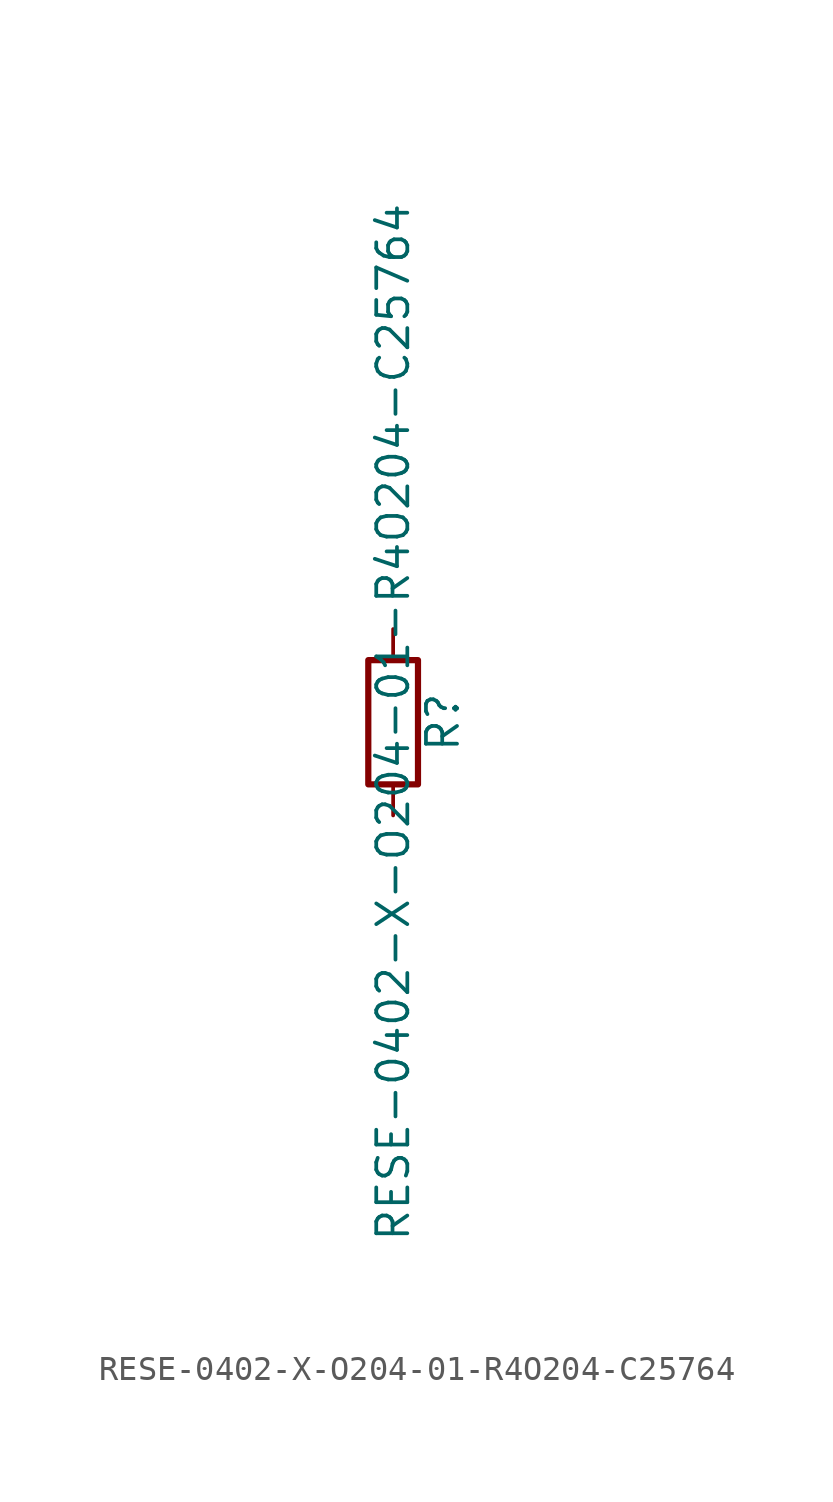
<source format=kicad_sym>
(kicad_symbol_lib
  (version 20211014)
  (generator kicad_symbol_editor)
  (symbol "RESE-0402-X-O204-01-R4O204-C25764"
    (pin_numbers hide)
    (pin_names
      (offset 0))
    (property "Reference" "R"
      (at 2.032 0 90)
      (effects (font (size 1.27 1.27))))
    (property "Value" "RESE-0402-X-O204-01-R4O204-C25764"
      (at 0 0 90)
      (effects (font (size 1.27 1.27))))
    (symbol "RESE-0402-X-O204-01-R4O204-C25764_0_1"
      (rectangle (start -1.016 -2.54) (end 1.016 2.54) (stroke (width 0.254) (type default) (color 0 0 0 0)) (fill (type none))))
    (symbol "RESE-0402-X-O204-01-R4O204-C25764_1_1"
      (pin passive line (at 0 3.81 270) (length 1.27) (name "~" (effects (font (size 1.27 1.27)))) (number "1" (effects (font (size 1.27 1.27)))))
      (pin passive line (at 0 -3.81 90) (length 1.27) (name "~" (effects (font (size 1.27 1.27)))) (number "2" (effects (font (size 1.27 1.27))))))))
</source>
